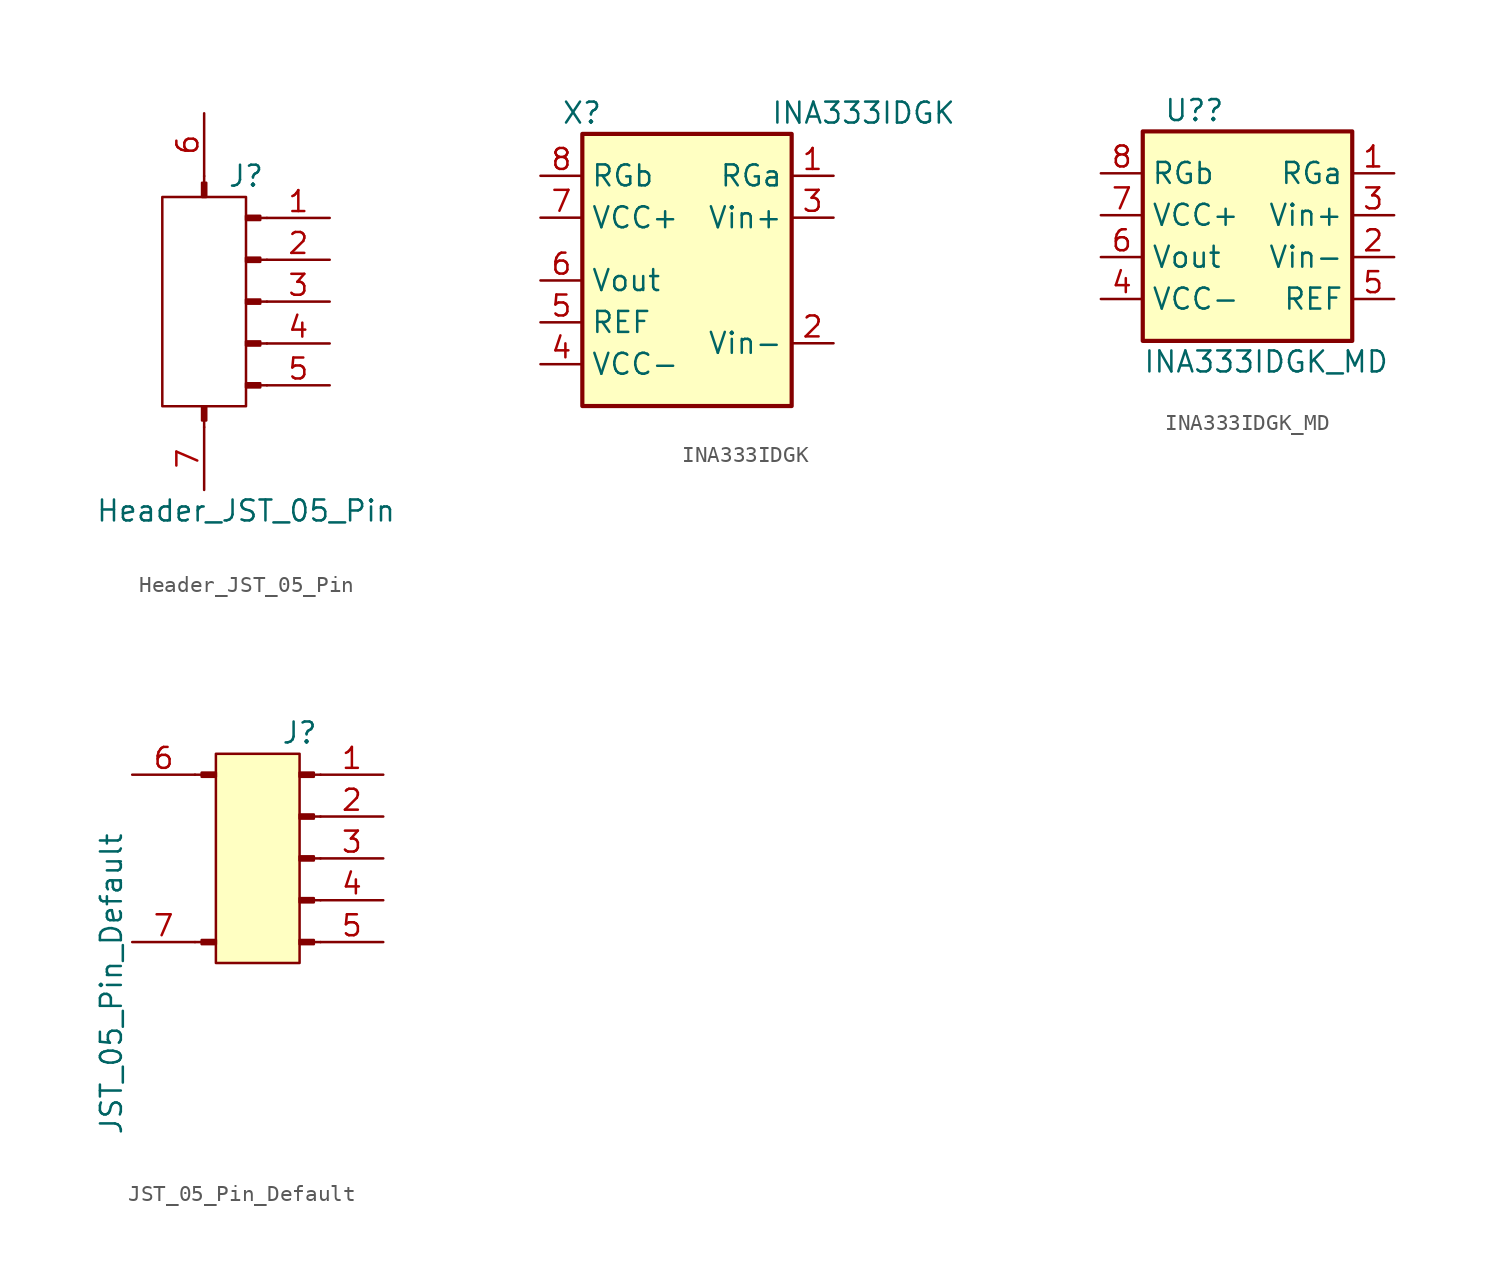
<source format=kicad_sym>
(kicad_symbol_lib
  (version 20211014)
  (generator kicad_symbol_editor)
  (symbol "Header_JST_05_Pin"
    (pin_names
      (offset 1.016) hide)
    (property "Reference" "J"
      (at 0 10.16 0)
      (effects (font (size 1.27 1.27))))
    (property "Value" "Header_JST_05_Pin"
      (at 0 -10.16 0)
      (effects (font (size 1.27 1.27))))
    (symbol "Header_JST_05_Pin_0_1"
      (rectangle (start -5.08 8.89) (end 0 -3.81) (stroke (width 0) (type default) (color 0 0 0 0)) (fill (type none))))
    (symbol "Header_JST_05_Pin_1_1"
      (rectangle (start -2.667 9.754) (end -2.413 8.89) (stroke (width 0.152) (type default) (color 0 0 0 0)) (fill (type outline)))
      (rectangle (start -2.413 -4.674) (end -2.667 -3.81) (stroke (width 0.152) (type default) (color 0 0 0 0)) (fill (type outline)))
      (polyline (pts (xy -2.54 -5.08) (xy -2.54 -4.674)) (stroke (width 0.152) (type default) (color 0 0 0 0)) (fill (type none)))
      (polyline (pts (xy -2.54 10.16) (xy -2.54 9.754)) (stroke (width 0.152) (type default) (color 0 0 0 0)) (fill (type none)))
      (polyline (pts (xy 1.27 -2.54) (xy 0.864 -2.54)) (stroke (width 0.152) (type default) (color 0 0 0 0)) (fill (type none)))
      (polyline (pts (xy 1.27 0) (xy 0.864 0)) (stroke (width 0.152) (type default) (color 0 0 0 0)) (fill (type none)))
      (polyline (pts (xy 1.27 2.54) (xy 0.864 2.54)) (stroke (width 0.152) (type default) (color 0 0 0 0)) (fill (type none)))
      (polyline (pts (xy 1.27 5.08) (xy 0.864 5.08)) (stroke (width 0.152) (type default) (color 0 0 0 0)) (fill (type none)))
      (polyline (pts (xy 1.27 7.62) (xy 0.864 7.62)) (stroke (width 0.152) (type default) (color 0 0 0 0)) (fill (type none)))
      (rectangle (start 0.864 -2.413) (end 0 -2.667) (stroke (width 0.152) (type default) (color 0 0 0 0)) (fill (type outline)))
      (rectangle (start 0.864 0.127) (end 0 -0.127) (stroke (width 0.152) (type default) (color 0 0 0 0)) (fill (type outline)))
      (rectangle (start 0.864 2.667) (end 0 2.413) (stroke (width 0.152) (type default) (color 0 0 0 0)) (fill (type outline)))
      (rectangle (start 0.864 5.207) (end 0 4.953) (stroke (width 0.152) (type default) (color 0 0 0 0)) (fill (type outline)))
      (rectangle (start 0.864 7.747) (end 0 7.493) (stroke (width 0.152) (type default) (color 0 0 0 0)) (fill (type outline)))
      (pin passive line (at 5.08 7.62 180) (length 3.81) (name "Pin_1" (effects (font (size 1.27 1.27)))) (number "1" (effects (font (size 1.27 1.27)))))
      (pin passive line (at 5.08 5.08 180) (length 3.81) (name "Pin_2" (effects (font (size 1.27 1.27)))) (number "2" (effects (font (size 1.27 1.27)))))
      (pin passive line (at 5.08 2.54 180) (length 3.81) (name "Pin_3" (effects (font (size 1.27 1.27)))) (number "3" (effects (font (size 1.27 1.27)))))
      (pin passive line (at 5.08 0 180) (length 3.81) (name "Pin_4" (effects (font (size 1.27 1.27)))) (number "4" (effects (font (size 1.27 1.27)))))
      (pin passive line (at 5.08 -2.54 180) (length 3.81) (name "Pin_5" (effects (font (size 1.27 1.27)))) (number "5" (effects (font (size 1.27 1.27)))))
      (pin passive line (at -2.54 13.97 270) (length 3.81) (name "Pin_6" (effects (font (size 1.27 1.27)))) (number "6" (effects (font (size 1.27 1.27)))))
      (pin passive line (at -2.54 -8.89 90) (length 3.81) (name "Pin_7" (effects (font (size 1.27 1.27)))) (number "7" (effects (font (size 1.27 1.27)))))))
  (symbol "INA333IDGK"
    (property "Reference" "X"
      (at -8.89 6.35 0)
      (effects (font (size 1.27 1.27)) (justify left)))
    (property "Value" "INA333IDGK"
      (at 3.81 6.35 0)
      (effects (font (size 1.27 1.27)) (justify left)))
    (symbol "INA333IDGK_0_1"
      (rectangle (start -7.62 5.08) (end 5.08 -11.43) (stroke (width 0.254) (type default) (color 0 0 0 0)) (fill (type background))))
    (symbol "INA333IDGK_1_1"
      (pin passive line (at 7.62 2.54 180) (length 2.54) (name "RGa" (effects (font (size 1.27 1.27)))) (number "1" (effects (font (size 1.27 1.27)))))
      (pin passive line (at 7.62 -7.62 180) (length 2.54) (name "Vin-" (effects (font (size 1.27 1.27)))) (number "2" (effects (font (size 1.27 1.27)))))
      (pin passive line (at 7.62 0 180) (length 2.54) (name "Vin+" (effects (font (size 1.27 1.27)))) (number "3" (effects (font (size 1.27 1.27)))))
      (pin power_in line (at -10.16 -8.89 0) (length 2.54) (name "VCC-" (effects (font (size 1.27 1.27)))) (number "4" (effects (font (size 1.27 1.27)))))
      (pin passive line (at -10.16 -6.35 0) (length 2.54) (name "REF" (effects (font (size 1.27 1.27)))) (number "5" (effects (font (size 1.27 1.27)))))
      (pin output line (at -10.16 -3.81 0) (length 2.54) (name "Vout" (effects (font (size 1.27 1.27)))) (number "6" (effects (font (size 1.27 1.27)))))
      (pin power_in line (at -10.16 0 0) (length 2.54) (name "VCC+" (effects (font (size 1.27 1.27)))) (number "7" (effects (font (size 1.27 1.27)))))
      (pin passive line (at -10.16 2.54 0) (length 2.54) (name "RGb" (effects (font (size 1.27 1.27)))) (number "8" (effects (font (size 1.27 1.27)))))))
  (symbol "INA333IDGK_MD"
    (property "Reference" "U?"
      (at -6.35 6.35 0)
      (effects (font (size 1.27 1.27)) (justify left)))
    (property "Value" "INA333IDGK_MD"
      (at -7.62 -8.89 0)
      (effects (font (size 1.27 1.27)) (justify left)))
    (symbol "INA333IDGK_MD_0_1"
      (rectangle (start -7.62 5.08) (end 5.08 -7.62) (stroke (width 0.254) (type default) (color 0 0 0 0)) (fill (type background))))
    (symbol "INA333IDGK_MD_1_1"
      (pin passive line (at 7.62 2.54 180) (length 2.54) (name "RGa" (effects (font (size 1.27 1.27)))) (number "1" (effects (font (size 1.27 1.27)))))
      (pin passive line (at 7.62 -2.54 180) (length 2.54) (name "Vin-" (effects (font (size 1.27 1.27)))) (number "2" (effects (font (size 1.27 1.27)))))
      (pin passive line (at 7.62 0 180) (length 2.54) (name "Vin+" (effects (font (size 1.27 1.27)))) (number "3" (effects (font (size 1.27 1.27)))))
      (pin power_in line (at -10.16 -5.08 0) (length 2.54) (name "VCC-" (effects (font (size 1.27 1.27)))) (number "4" (effects (font (size 1.27 1.27)))))
      (pin passive line (at 7.62 -5.08 180) (length 2.54) (name "REF" (effects (font (size 1.27 1.27)))) (number "5" (effects (font (size 1.27 1.27)))))
      (pin output line (at -10.16 -2.54 0) (length 2.54) (name "Vout" (effects (font (size 1.27 1.27)))) (number "6" (effects (font (size 1.27 1.27)))))
      (pin power_in line (at -10.16 0 0) (length 2.54) (name "VCC+" (effects (font (size 1.27 1.27)))) (number "7" (effects (font (size 1.27 1.27)))))
      (pin passive line (at -10.16 2.54 0) (length 2.54) (name "RGb" (effects (font (size 1.27 1.27)))) (number "8" (effects (font (size 1.27 1.27)))))))
  (symbol "JST_05_Pin_Default"
    (pin_names
      (offset 1.016) hide)
    (property "Reference" "J"
      (at 0 10.16 0)
      (effects (font (size 1.27 1.27))))
    (property "Value" "JST_05_Pin_Default"
      (at -11.43 -5.08 90)
      (effects (font (size 1.27 1.27))))
    (symbol "JST_05_Pin_Default_0_1"
      (rectangle (start -5.08 8.89) (end 0 -3.81) (stroke (width 0) (type default) (color 0 0 0 0)) (fill (type background))))
    (symbol "JST_05_Pin_Default_1_1"
      (rectangle (start -5.944 -2.667) (end -5.08 -2.413) (stroke (width 0.152) (type default) (color 0 0 0 0)) (fill (type outline)))
      (rectangle (start -5.944 7.493) (end -5.08 7.747) (stroke (width 0.152) (type default) (color 0 0 0 0)) (fill (type outline)))
      (polyline (pts (xy -6.35 -2.54) (xy -5.944 -2.54)) (stroke (width 0.152) (type default) (color 0 0 0 0)) (fill (type none)))
      (polyline (pts (xy -6.35 7.62) (xy -5.944 7.62)) (stroke (width 0.152) (type default) (color 0 0 0 0)) (fill (type none)))
      (polyline (pts (xy 1.27 -2.54) (xy 0.864 -2.54)) (stroke (width 0.152) (type default) (color 0 0 0 0)) (fill (type none)))
      (polyline (pts (xy 1.27 0) (xy 0.864 0)) (stroke (width 0.152) (type default) (color 0 0 0 0)) (fill (type none)))
      (polyline (pts (xy 1.27 2.54) (xy 0.864 2.54)) (stroke (width 0.152) (type default) (color 0 0 0 0)) (fill (type none)))
      (polyline (pts (xy 1.27 5.08) (xy 0.864 5.08)) (stroke (width 0.152) (type default) (color 0 0 0 0)) (fill (type none)))
      (polyline (pts (xy 1.27 7.62) (xy 0.864 7.62)) (stroke (width 0.152) (type default) (color 0 0 0 0)) (fill (type none)))
      (rectangle (start 0.864 -2.413) (end 0 -2.667) (stroke (width 0.152) (type default) (color 0 0 0 0)) (fill (type outline)))
      (rectangle (start 0.864 0.127) (end 0 -0.127) (stroke (width 0.152) (type default) (color 0 0 0 0)) (fill (type outline)))
      (rectangle (start 0.864 2.667) (end 0 2.413) (stroke (width 0.152) (type default) (color 0 0 0 0)) (fill (type outline)))
      (rectangle (start 0.864 5.207) (end 0 4.953) (stroke (width 0.152) (type default) (color 0 0 0 0)) (fill (type outline)))
      (rectangle (start 0.864 7.747) (end 0 7.493) (stroke (width 0.152) (type default) (color 0 0 0 0)) (fill (type outline)))
      (pin passive line (at 5.08 7.62 180) (length 3.81) (name "Pin_1" (effects (font (size 1.27 1.27)))) (number "1" (effects (font (size 1.27 1.27)))))
      (pin passive line (at 5.08 5.08 180) (length 3.81) (name "Pin_2" (effects (font (size 1.27 1.27)))) (number "2" (effects (font (size 1.27 1.27)))))
      (pin passive line (at 5.08 2.54 180) (length 3.81) (name "Pin_3" (effects (font (size 1.27 1.27)))) (number "3" (effects (font (size 1.27 1.27)))))
      (pin passive line (at 5.08 0 180) (length 3.81) (name "Pin_4" (effects (font (size 1.27 1.27)))) (number "4" (effects (font (size 1.27 1.27)))))
      (pin passive line (at 5.08 -2.54 180) (length 3.81) (name "Pin_5" (effects (font (size 1.27 1.27)))) (number "5" (effects (font (size 1.27 1.27)))))
      (pin passive line (at -10.16 7.62 0) (length 3.81) (name "Pin_6" (effects (font (size 1.27 1.27)))) (number "6" (effects (font (size 1.27 1.27)))))
      (pin passive line (at -10.16 -2.54 0) (length 3.81) (name "Pin_7" (effects (font (size 1.27 1.27)))) (number "7" (effects (font (size 1.27 1.27))))))))
</source>
